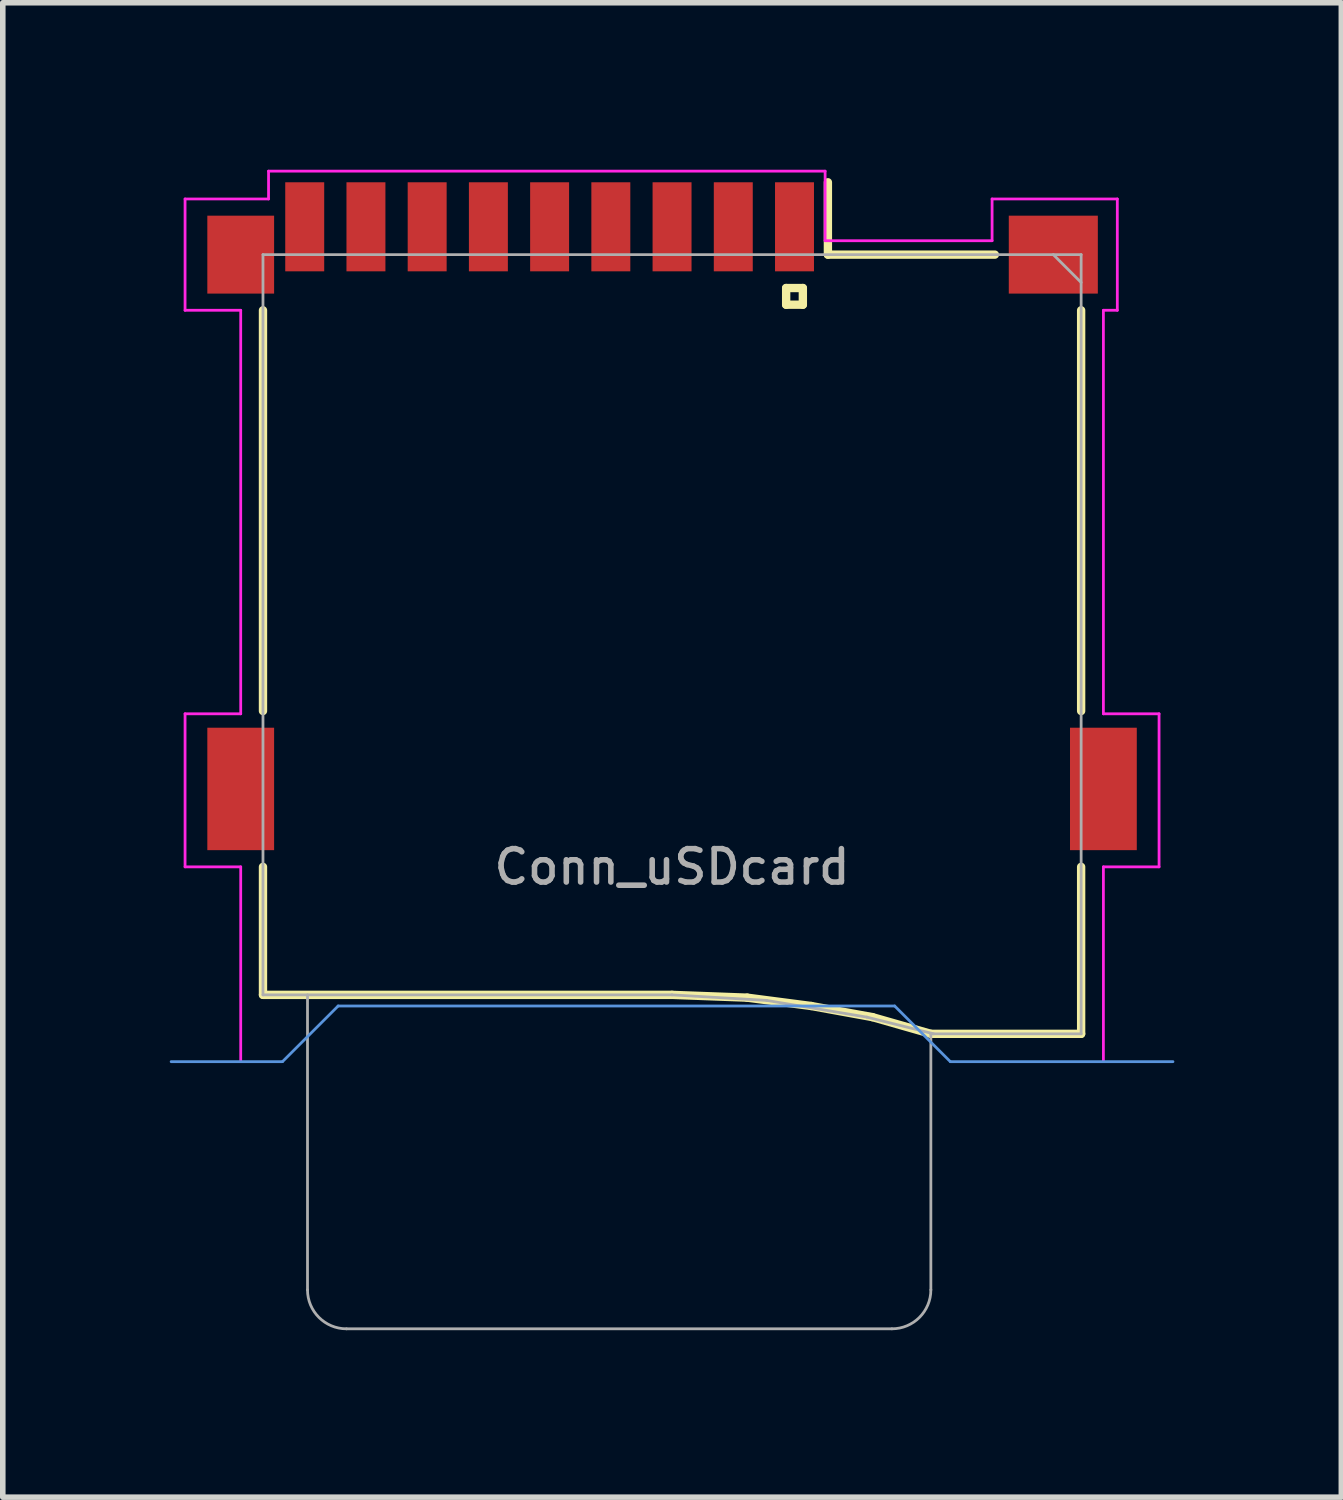
<source format=kicad_pcb>
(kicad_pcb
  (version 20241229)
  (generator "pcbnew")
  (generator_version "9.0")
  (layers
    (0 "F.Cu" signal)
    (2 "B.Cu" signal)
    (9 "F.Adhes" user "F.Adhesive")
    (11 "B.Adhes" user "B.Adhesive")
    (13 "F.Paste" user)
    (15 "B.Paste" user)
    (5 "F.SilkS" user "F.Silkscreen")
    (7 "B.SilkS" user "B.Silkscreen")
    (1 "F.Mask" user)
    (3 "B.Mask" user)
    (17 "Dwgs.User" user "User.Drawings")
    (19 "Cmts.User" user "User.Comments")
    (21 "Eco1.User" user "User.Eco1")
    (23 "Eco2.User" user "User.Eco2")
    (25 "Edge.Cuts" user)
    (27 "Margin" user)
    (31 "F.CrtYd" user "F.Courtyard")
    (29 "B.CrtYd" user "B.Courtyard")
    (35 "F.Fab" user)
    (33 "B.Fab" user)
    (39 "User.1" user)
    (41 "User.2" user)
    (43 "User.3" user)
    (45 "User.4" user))
  (footprint "Conn_uSDcard"
    (layer "F.Cu")
    (at 9.025 11.525)
    (property "Reference" "Conn_uSDcard" (at 0 1 180) (layer "F.Fab") (effects (font (size 0.6 0.6) (thickness 0.1))))
    (attr through_hole)
    (fp_line (start -7.35 -1.8) (end -7.35 -9) (stroke (width 0.15) (type solid)) (layer "F.SilkS"))
    (fp_line (start -7.35 1) (end -7.35 3.3) (stroke (width 0.15) (type solid)) (layer "F.SilkS"))
    (fp_line (start -7.35 3.3) (end 0 3.3) (stroke (width 0.15) (type solid)) (layer "F.SilkS"))
    (fp_line (start 0 3.3) (end 1.35 3.35) (stroke (width 0.15) (type solid)) (layer "F.SilkS"))
    (fp_line (start 1.35 3.35) (end 2.5 3.5) (stroke (width 0.15) (type solid)) (layer "F.SilkS"))
    (fp_line (start 2.05 -9.4) (end 2.05 -9.1) (stroke (width 0.15) (type solid)) (layer "F.SilkS"))
    (fp_line (start 2.05 -9.1) (end 2.35 -9.1) (stroke (width 0.15) (type solid)) (layer "F.SilkS"))
    (fp_line (start 2.35 -9.4) (end 2.05 -9.4) (stroke (width 0.15) (type solid)) (layer "F.SilkS"))
    (fp_line (start 2.35 -9.1) (end 2.35 -9.4) (stroke (width 0.15) (type solid)) (layer "F.SilkS"))
    (fp_line (start 2.5 3.5) (end 3.6 3.7) (stroke (width 0.15) (type solid)) (layer "F.SilkS"))
    (fp_line (start 2.8 -10) (end 2.8 -11.3) (stroke (width 0.15) (type solid)) (layer "F.SilkS"))
    (fp_line (start 2.8 -10) (end 5.8 -10) (stroke (width 0.15) (type solid)) (layer "F.SilkS"))
    (fp_line (start 3.6 3.7) (end 4.65 4) (stroke (width 0.15) (type solid)) (layer "F.SilkS"))
    (fp_line (start 4.65 4) (end 7.35 4) (stroke (width 0.15) (type solid)) (layer "F.SilkS"))
    (fp_line (start 7.35 -9) (end 7.35 -1.8) (stroke (width 0.15) (type solid)) (layer "F.SilkS"))
    (fp_line (start 7.35 4) (end 7.35 1) (stroke (width 0.15) (type solid)) (layer "F.SilkS"))
    (fp_line (start -9 4.5) (end -7 4.5) (stroke (width 0.05) (type solid)) (layer "Cmts.User"))
    (fp_line (start -7 4.5) (end -6 3.5) (stroke (width 0.05) (type solid)) (layer "Cmts.User"))
    (fp_line (start -6 3.5) (end 4 3.5) (stroke (width 0.05) (type solid)) (layer "Cmts.User"))
    (fp_line (start 4 3.5) (end 5 4.5) (stroke (width 0.05) (type solid)) (layer "Cmts.User"))
    (fp_line (start 5 4.5) (end 9 4.5) (stroke (width 0.05) (type solid)) (layer "Cmts.User"))
    (fp_line (start -8.75 -11) (end -7.25 -11) (stroke (width 0.05) (type solid)) (layer "F.CrtYd"))
    (fp_line (start -8.75 -9) (end -8.75 -11) (stroke (width 0.05) (type solid)) (layer "F.CrtYd"))
    (fp_line (start -8.75 -1.75) (end -7.75 -1.75) (stroke (width 0.05) (type solid)) (layer "F.CrtYd"))
    (fp_line (start -8.75 1) (end -8.75 -1.75) (stroke (width 0.05) (type solid)) (layer "F.CrtYd"))
    (fp_line (start -7.75 -9) (end -8.75 -9) (stroke (width 0.05) (type solid)) (layer "F.CrtYd"))
    (fp_line (start -7.75 -1.75) (end -7.75 -9) (stroke (width 0.05) (type solid)) (layer "F.CrtYd"))
    (fp_line (start -7.75 1) (end -8.75 1) (stroke (width 0.05) (type solid)) (layer "F.CrtYd"))
    (fp_line (start -7.75 4.5) (end -7.75 1) (stroke (width 0.05) (type solid)) (layer "F.CrtYd"))
    (fp_line (start -7.25 -11.5) (end 2.75 -11.5) (stroke (width 0.05) (type solid)) (layer "F.CrtYd"))
    (fp_line (start -7.25 -11) (end -7.25 -11.5) (stroke (width 0.05) (type solid)) (layer "F.CrtYd"))
    (fp_line (start 2.75 -11.5) (end 2.75 -10.25) (stroke (width 0.05) (type solid)) (layer "F.CrtYd"))
    (fp_line (start 2.75 -10.25) (end 5.75 -10.25) (stroke (width 0.05) (type solid)) (layer "F.CrtYd"))
    (fp_line (start 5.75 -11) (end 8 -11) (stroke (width 0.05) (type solid)) (layer "F.CrtYd"))
    (fp_line (start 5.75 -10.25) (end 5.75 -11) (stroke (width 0.05) (type solid)) (layer "F.CrtYd"))
    (fp_line (start 7.75 -9) (end 7.75 -1.75) (stroke (width 0.05) (type solid)) (layer "F.CrtYd"))
    (fp_line (start 7.75 -1.75) (end 8.75 -1.75) (stroke (width 0.05) (type solid)) (layer "F.CrtYd"))
    (fp_line (start 7.75 1) (end 7.75 4.5) (stroke (width 0.05) (type solid)) (layer "F.CrtYd"))
    (fp_line (start 8 -11) (end 8 -9) (stroke (width 0.05) (type solid)) (layer "F.CrtYd"))
    (fp_line (start 8 -9) (end 7.75 -9) (stroke (width 0.05) (type solid)) (layer "F.CrtYd"))
    (fp_line (start 8.75 -1.75) (end 8.75 1) (stroke (width 0.05) (type solid)) (layer "F.CrtYd"))
    (fp_line (start 8.75 1) (end 7.75 1) (stroke (width 0.05) (type solid)) (layer "F.CrtYd"))
    (fp_line (start -7.35 -10) (end -7.35 3.3) (stroke (width 0.05) (type solid)) (layer "F.Fab"))
    (fp_line (start -7.35 -10) (end 7.35 -10) (stroke (width 0.05) (type solid)) (layer "F.Fab"))
    (fp_line (start -7.35 3.3) (end 0 3.3) (stroke (width 0.05) (type solid)) (layer "F.Fab"))
    (fp_line (start -6.55 8.6) (end -6.55 3.3) (stroke (width 0.05) (type solid)) (layer "F.Fab"))
    (fp_line (start -5.85 9.3) (end 3.95 9.3) (stroke (width 0.05) (type solid)) (layer "F.Fab"))
    (fp_line (start 0 3.3) (end 1.7 3.4) (stroke (width 0.05) (type solid)) (layer "F.Fab"))
    (fp_line (start 1.7 3.4) (end 3.5 3.7) (stroke (width 0.05) (type solid)) (layer "F.Fab"))
    (fp_line (start 3.5 3.7) (end 4.7 4) (stroke (width 0.05) (type solid)) (layer "F.Fab"))
    (fp_line (start 4.65 4) (end 7.35 4) (stroke (width 0.05) (type solid)) (layer "F.Fab"))
    (fp_line (start 4.65 8.6) (end 4.65 4) (stroke (width 0.05) (type solid)) (layer "F.Fab"))
    (fp_line (start 7.35 -10) (end 7.35 4) (stroke (width 0.05) (type solid)) (layer "F.Fab"))
    (fp_line (start 7.35 -9.5) (end 6.85 -10) (stroke (width 0.05) (type solid)) (layer "F.Fab"))
    (fp_arc (start -5.85 9.3) (mid -6.344975 9.094975) (end -6.55 8.6) (stroke (width 0.05) (type solid)) (layer "F.Fab"))
    (fp_arc (start 4.65 8.6) (mid 4.444975 9.094975) (end 3.95 9.3) (stroke (width 0.05) (type solid)) (layer "F.Fab"))
    (fp_text user "${REFERENCE}" (at 2.1 -9.35 180) (layer "Eco1.User") (effects (font (size 0.3 0.3) (thickness 0.03))))
    (pad "1" smd rect (at 2.2 -10.5) (size 0.7 1.6) (layers "F.Cu" "F.Mask" "F.Paste"))
    (pad "2" smd rect (at 1.1 -10.5) (size 0.7 1.6) (layers "F.Cu" "F.Mask" "F.Paste"))
    (pad "3" smd rect (at 0 -10.5) (size 0.7 1.6) (layers "F.Cu" "F.Mask" "F.Paste"))
    (pad "4" smd rect (at -1.1 -10.5) (size 0.7 1.6) (layers "F.Cu" "F.Mask" "F.Paste"))
    (pad "5" smd rect (at -2.2 -10.5) (size 0.7 1.6) (layers "F.Cu" "F.Mask" "F.Paste"))
    (pad "6" smd rect (at -7.75 -10) (size 1.2 1.4) (layers "F.Cu" "F.Mask" "F.Paste"))
    (pad "6" smd rect (at -7.75 -0.4) (size 1.2 2.2) (layers "F.Cu" "F.Mask" "F.Paste"))
    (pad "6" smd rect (at -3.3 -10.5) (size 0.7 1.6) (layers "F.Cu" "F.Mask" "F.Paste"))
    (pad "6" smd rect (at 6.85 -10) (size 1.6 1.4) (layers "F.Cu" "F.Mask" "F.Paste"))
    (pad "6" smd rect (at 7.75 -0.4) (size 1.2 2.2) (layers "F.Cu" "F.Mask" "F.Paste"))
    (pad "7" smd rect (at -4.4 -10.5) (size 0.7 1.6) (layers "F.Cu" "F.Mask" "F.Paste"))
    (pad "8" smd rect (at -5.5 -10.5) (size 0.7 1.6) (layers "F.Cu" "F.Mask" "F.Paste"))
    (pad "9" smd rect (at -6.6 -10.5) (size 0.7 1.6) (layers "F.Cu" "F.Mask" "F.Paste")))
  (gr_rect
    (start -3 -3)
    (end 21.05 23.85)
    (stroke (width 0.1) (type default))
    (fill no)
    (layer "Edge.Cuts")))
</source>
